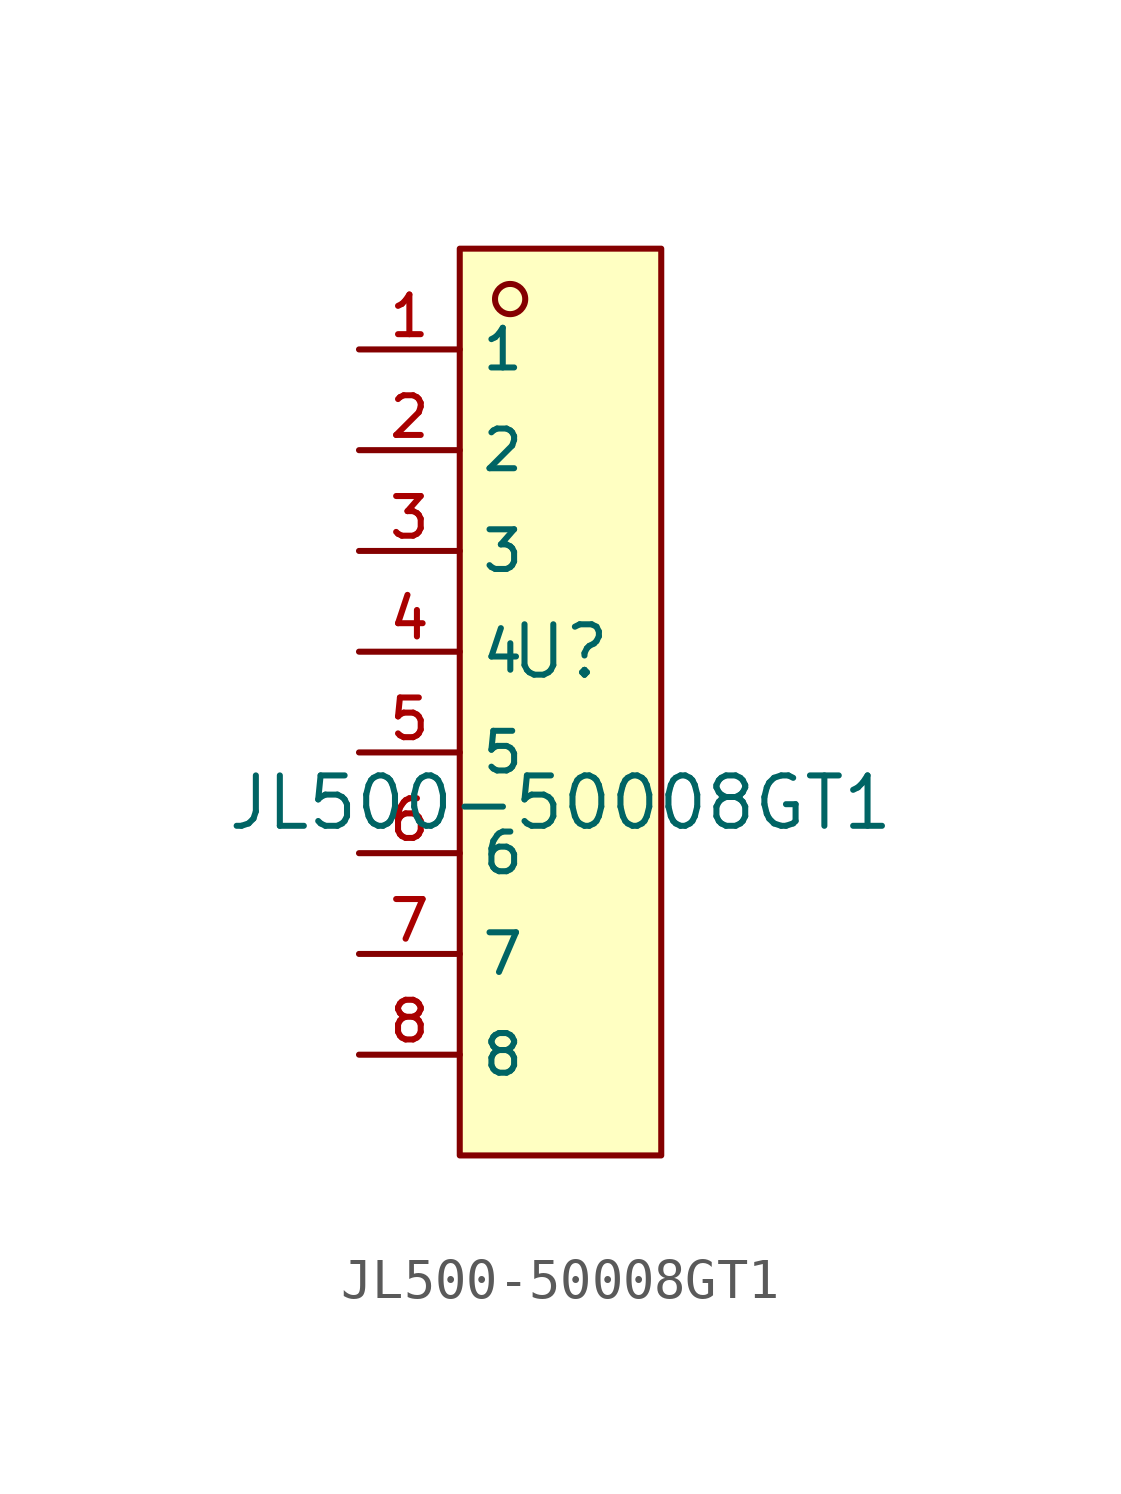
<source format=kicad_sym>
(kicad_symbol_lib
  (version 20210201)
  (generator TousstNicolas/JLC2KiCad_lib)
  (symbol "JL500-50008GT1"
    (property "Reference" "U"
      (at 0 1.27 0)
      (effects (font (size 1.27 1.27))))
    (property "Value" "JL500-50008GT1"
      (at 0 -2.54 0)
      (effects (font (size 1.27 1.27))))
    (symbol "JL500-50008GT1_0_1"
      (rectangle (start -2.54 11.43) (end 2.54 -11.43) (stroke (width 0) (type default) (color 0 0 0 0)) (fill (type background)))
      (circle (center -1.27 10.16) (radius 0.381) (stroke (width 0) (type default) (color 0 0 0 0)) (fill (type background)))
      (pin unspecified line (at -5.08 8.89 0) (length 2.54) (name "1" (effects (font (size 1 1)))) (number "1" (effects (font (size 1 1)))))
      (pin unspecified line (at -5.08 6.35 0) (length 2.54) (name "2" (effects (font (size 1 1)))) (number "2" (effects (font (size 1 1)))))
      (pin unspecified line (at -5.08 3.81 0) (length 2.54) (name "3" (effects (font (size 1 1)))) (number "3" (effects (font (size 1 1)))))
      (pin unspecified line (at -5.08 1.27 0) (length 2.54) (name "4" (effects (font (size 1 1)))) (number "4" (effects (font (size 1 1)))))
      (pin unspecified line (at -5.08 -1.27 0) (length 2.54) (name "5" (effects (font (size 1 1)))) (number "5" (effects (font (size 1 1)))))
      (pin unspecified line (at -5.08 -3.81 0) (length 2.54) (name "6" (effects (font (size 1 1)))) (number "6" (effects (font (size 1 1)))))
      (pin unspecified line (at -5.08 -6.35 0) (length 2.54) (name "7" (effects (font (size 1 1)))) (number "7" (effects (font (size 1 1)))))
      (pin unspecified line (at -5.08 -8.89 0) (length 2.54) (name "8" (effects (font (size 1 1)))) (number "8" (effects (font (size 1 1))))))))
</source>
